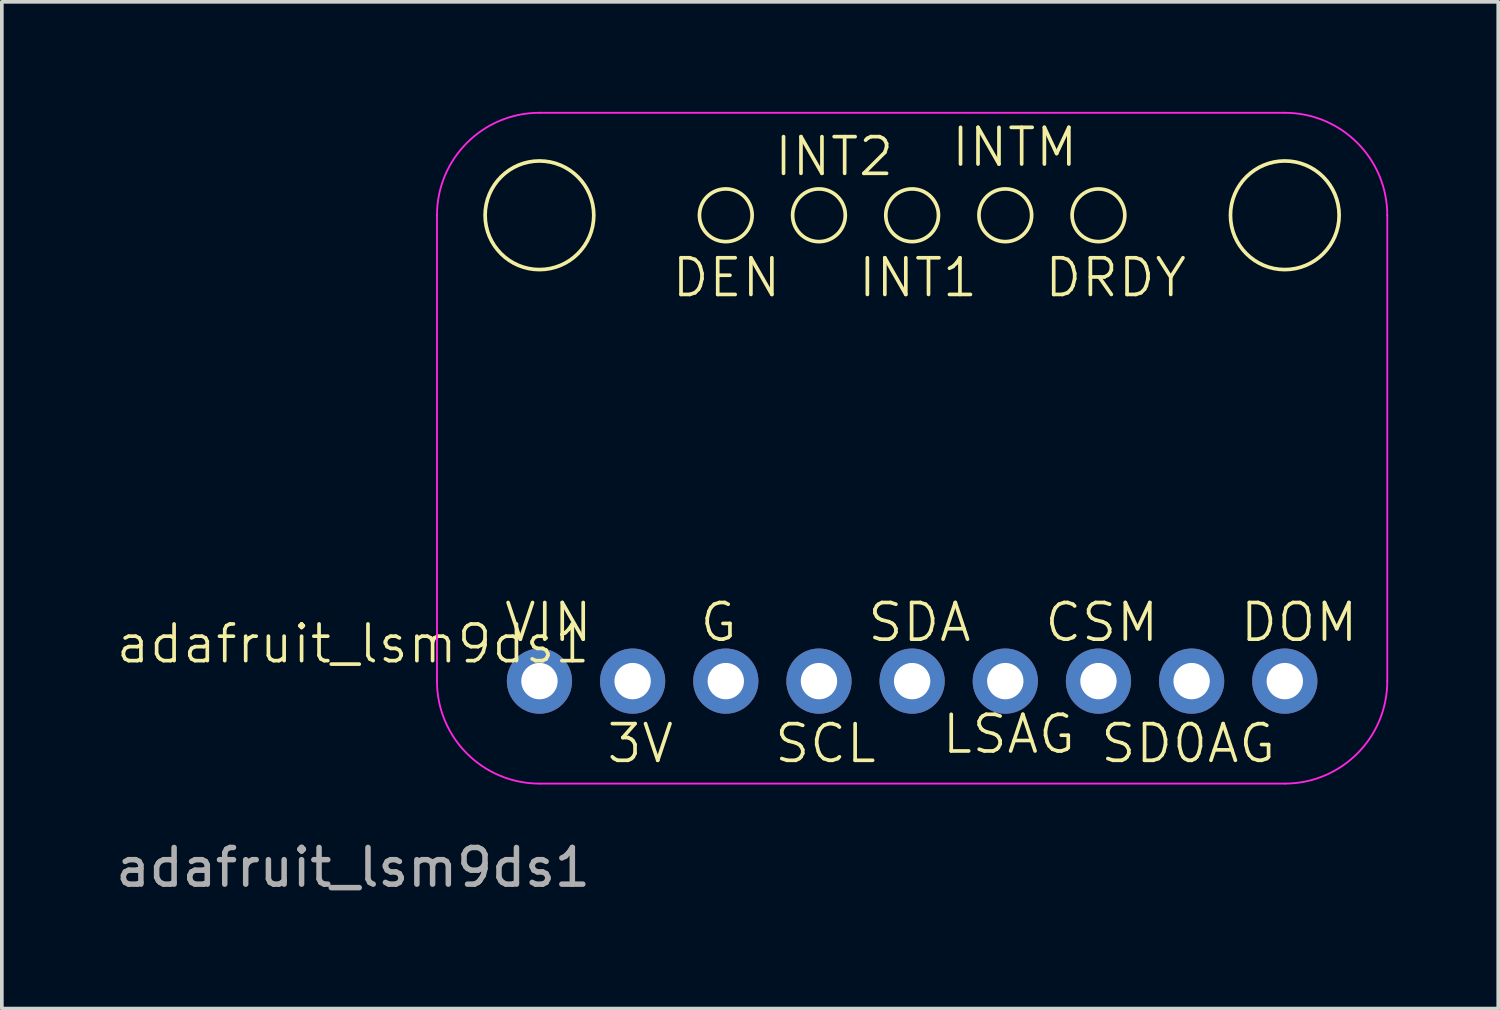
<source format=kicad_pcb>
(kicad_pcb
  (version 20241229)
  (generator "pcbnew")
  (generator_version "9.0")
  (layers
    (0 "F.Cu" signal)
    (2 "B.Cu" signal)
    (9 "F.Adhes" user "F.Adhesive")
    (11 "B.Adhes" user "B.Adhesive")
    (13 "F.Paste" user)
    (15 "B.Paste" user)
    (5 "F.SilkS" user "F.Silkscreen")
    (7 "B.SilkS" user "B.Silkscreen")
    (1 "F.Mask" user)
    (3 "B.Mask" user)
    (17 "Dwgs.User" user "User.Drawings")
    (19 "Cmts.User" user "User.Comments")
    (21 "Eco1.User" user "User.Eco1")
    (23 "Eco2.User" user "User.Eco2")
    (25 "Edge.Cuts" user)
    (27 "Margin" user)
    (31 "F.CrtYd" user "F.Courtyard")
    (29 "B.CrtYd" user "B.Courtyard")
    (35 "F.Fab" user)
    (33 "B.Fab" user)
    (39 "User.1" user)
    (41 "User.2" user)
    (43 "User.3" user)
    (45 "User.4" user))
  (footprint "adafruit_lsm9ds1"
    (layer "F.Cu")
    (at 11.657 15.519)
    (property "Reference" "adafruit_lsm9ds1" (at -5.08 -1.016 0) (unlocked yes) (layer "F.SilkS") (effects (font (size 1 1) (thickness 0.1))))
    (attr through_hole)
    (fp_circle (center 0 -12.7) (end 0.762 -13.97) (stroke (width 0.1) (type default)) (fill no) (layer "F.SilkS"))
    (fp_circle (center 5.08 -12.7) (end 5.588 -13.208) (stroke (width 0.1) (type default)) (fill no) (layer "F.SilkS"))
    (fp_circle (center 7.62 -12.7) (end 8.128 -13.208) (stroke (width 0.1) (type default)) (fill no) (layer "F.SilkS"))
    (fp_circle (center 10.16 -12.7) (end 10.668 -13.208) (stroke (width 0.1) (type default)) (fill no) (layer "F.SilkS"))
    (fp_circle (center 12.7 -12.7) (end 13.208 -13.208) (stroke (width 0.1) (type default)) (fill no) (layer "F.SilkS"))
    (fp_circle (center 15.24 -12.7) (end 15.748 -13.208) (stroke (width 0.1) (type default)) (fill no) (layer "F.SilkS"))
    (fp_circle (center 20.32 -12.7) (end 21.082 -13.97) (stroke (width 0.1) (type default)) (fill no) (layer "F.SilkS"))
    (fp_line (start -2.794 -12.7) (end -2.794 0) (stroke (width 0.05) (type default)) (layer "F.CrtYd"))
    (fp_line (start 0 -15.494) (end 20.32 -15.494) (stroke (width 0.05) (type default)) (layer "F.CrtYd"))
    (fp_line (start 20.32 2.794) (end 0 2.794) (stroke (width 0.05) (type default)) (layer "F.CrtYd"))
    (fp_line (start 23.114 -12.7) (end 23.114 0) (stroke (width 0.05) (type default)) (layer "F.CrtYd"))
    (fp_arc (start -2.794 -12.7) (mid -1.975656 -14.675656) (end 0 -15.494) (stroke (width 0.05) (type default)) (layer "F.CrtYd"))
    (fp_arc (start 0 2.794) (mid -1.975656 1.975656) (end -2.794 0) (stroke (width 0.05) (type default)) (layer "F.CrtYd"))
    (fp_arc (start 20.32 -15.494) (mid 22.295656 -14.675656) (end 23.114 -12.7) (stroke (width 0.05) (type default)) (layer "F.CrtYd"))
    (fp_arc (start 23.114 0) (mid 22.295656 1.975656) (end 20.32 2.794) (stroke (width 0.05) (type default)) (layer "F.CrtYd"))
    (fp_text user "CSM" (at 13.716 -1.016 0) (unlocked yes) (layer "F.SilkS") (effects (font (size 1 1) (thickness 0.1)) (justify left bottom)))
    (fp_text user "SD0AG" (at 15.24 2.286 0) (unlocked yes) (layer "F.SilkS") (effects (font (size 1 1) (thickness 0.1)) (justify left bottom)))
    (fp_text user "VIN" (at -1.016 -1.016 0) (unlocked yes) (layer "F.SilkS") (effects (font (size 1 1) (thickness 0.1)) (justify left bottom)))
    (fp_text user "LSAG" (at 10.922 2.032 0) (unlocked yes) (layer "F.SilkS") (effects (font (size 1 1) (thickness 0.1)) (justify left bottom)))
    (fp_text user "DEN" (at 3.556 -10.414 0) (unlocked yes) (layer "F.SilkS") (effects (font (size 1 1) (thickness 0.1)) (justify left bottom)))
    (fp_text user "DOM" (at 19.05 -1.016 0) (unlocked yes) (layer "F.SilkS") (effects (font (size 1 1) (thickness 0.1)) (justify left bottom)))
    (fp_text user "DRDY" (at 13.716 -10.414 0) (unlocked yes) (layer "F.SilkS") (effects (font (size 1 1) (thickness 0.1)) (justify left bottom)))
    (fp_text user "SDA" (at 8.89 -1.016 0) (unlocked yes) (layer "F.SilkS") (effects (font (size 1 1) (thickness 0.1)) (justify left bottom)))
    (fp_text user "INTM" (at 11.176 -13.97 0) (unlocked yes) (layer "F.SilkS") (effects (font (size 1 1) (thickness 0.1)) (justify left bottom)))
    (fp_text user "3V" (at 1.778 2.286 0) (unlocked yes) (layer "F.SilkS") (effects (font (size 1 1) (thickness 0.1)) (justify left bottom)))
    (fp_text user "G" (at 4.318 -1.016 0) (unlocked yes) (layer "F.SilkS") (effects (font (size 1 1) (thickness 0.1)) (justify left bottom)))
    (fp_text user "INT2" (at 6.35 -13.716 0) (unlocked yes) (layer "F.SilkS") (effects (font (size 1 1) (thickness 0.1)) (justify left bottom)))
    (fp_text user "INT1" (at 8.636 -10.414 0) (unlocked yes) (layer "F.SilkS") (effects (font (size 1 1) (thickness 0.1)) (justify left bottom)))
    (fp_text user "SCL" (at 6.35 2.286 0) (unlocked yes) (layer "F.SilkS") (effects (font (size 1 1) (thickness 0.1)) (justify left bottom)))
    (fp_text user "${REFERENCE}" (at -5.08 5.08 0) (unlocked yes) (layer "F.Fab") (effects (font (size 1 1) (thickness 0.15))))
    (pad "1" thru_hole circle (at 0 0) (size 1.778 1.778) (drill 0.991) (layers "*.Cu" "*.Mask"))
    (pad "2" thru_hole circle (at 2.54 0) (size 1.778 1.778) (drill 0.991) (layers "*.Cu" "*.Mask"))
    (pad "3" thru_hole circle (at 5.08 0) (size 1.778 1.778) (drill 0.991) (layers "*.Cu" "*.Mask"))
    (pad "4" thru_hole circle (at 7.62 0) (size 1.778 1.778) (drill 0.991) (layers "*.Cu" "*.Mask"))
    (pad "5" thru_hole circle (at 10.16 0) (size 1.778 1.778) (drill 0.991) (layers "*.Cu" "*.Mask"))
    (pad "6" thru_hole circle (at 12.7 0) (size 1.778 1.778) (drill 0.991) (layers "*.Cu" "*.Mask"))
    (pad "7" thru_hole circle (at 15.24 0) (size 1.778 1.778) (drill 0.991) (layers "*.Cu" "*.Mask"))
    (pad "8" thru_hole circle (at 17.78 0) (size 1.778 1.778) (drill 0.991) (layers "*.Cu" "*.Mask"))
    (pad "9" thru_hole circle (at 20.32 0) (size 1.778 1.778) (drill 0.991) (layers "*.Cu" "*.Mask")))
  (gr_rect
    (start -3 -3)
    (end 37.796 24.447)
    (stroke (width 0.1) (type default))
    (fill no)
    (layer "Edge.Cuts")))
</source>
